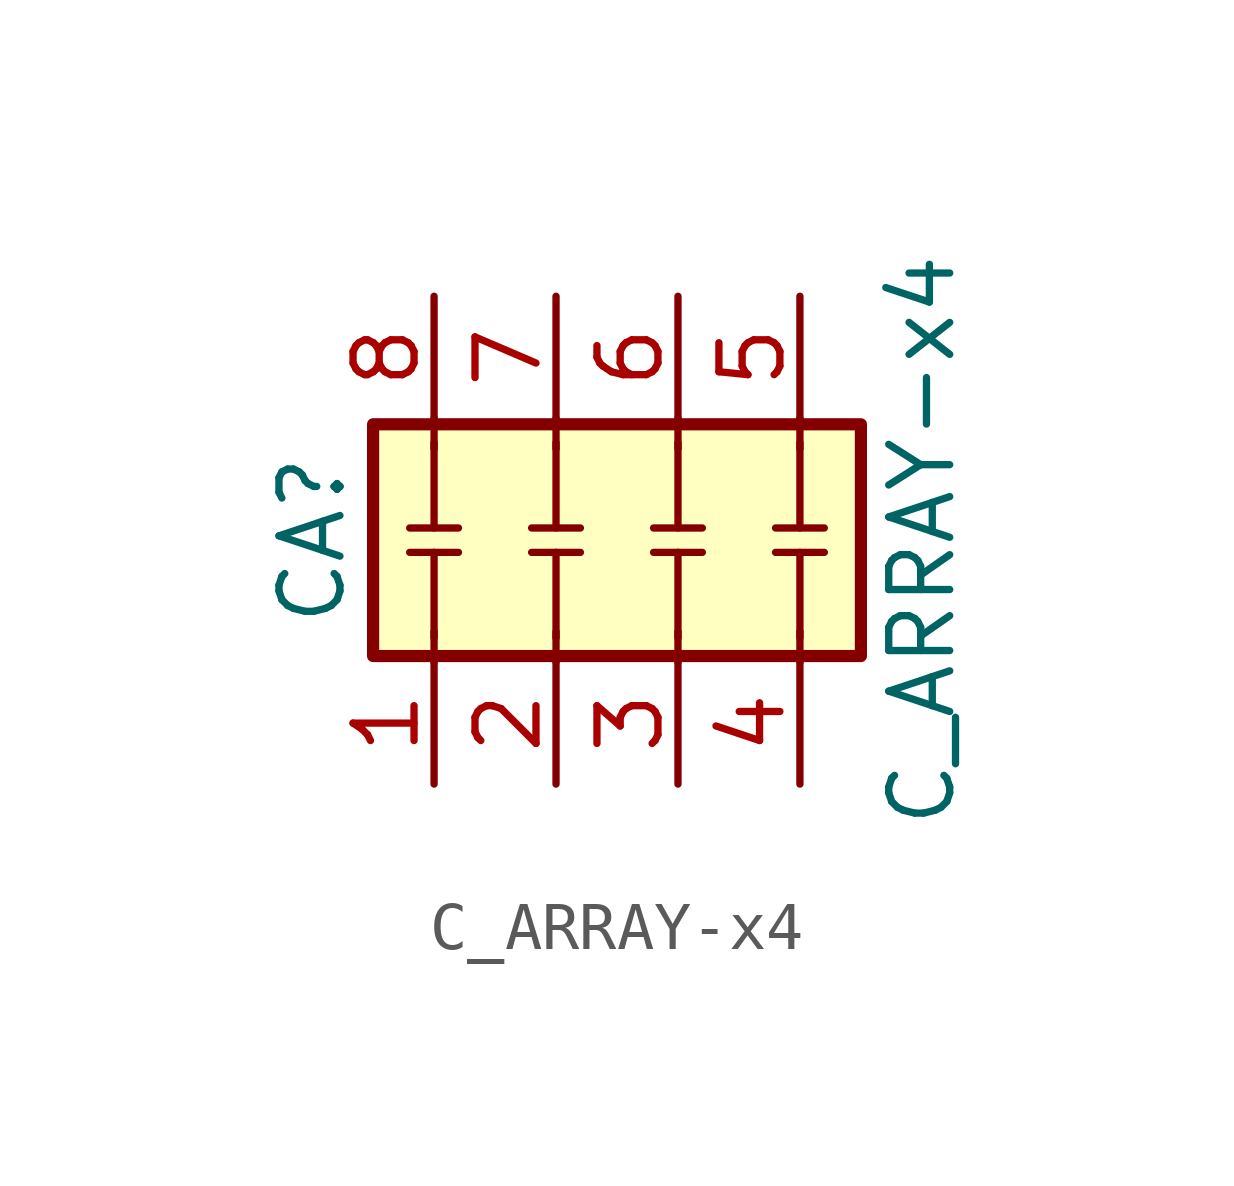
<source format=kicad_sym>
(kicad_symbol_lib
  (version 20220914)
  (generator kicad_symbol_editor)
  (symbol "C_ARRAY-x4"
    (pin_names
      (offset 0) hide)
    (property "Reference" "CA"
      (at -7.62 0 90)
      (effects (font (size 1.27 1.27))))
    (property "Value" "C_ARRAY-x4"
      (at 5.08 0 90)
      (effects (font (size 1.27 1.27))))
    (symbol "C_ARRAY-x4_0_1"
      (rectangle (start -6.35 -2.413) (end 3.81 2.413) (stroke (width 0.254) (type solid)) (fill (type background)))
      (polyline (pts (xy -5.588 0.254) (xy -4.572 0.254)) (stroke (width 0) (type solid)) (fill (type none)))
      (polyline (pts (xy -5.08 -2.54) (xy -5.08 -1.905)) (stroke (width 0) (type solid)) (fill (type none)))
      (polyline (pts (xy -5.08 -0.254) (xy -5.08 -2.032)) (stroke (width 0) (type solid)) (fill (type none)))
      (polyline (pts (xy -5.08 0.254) (xy -5.08 2.032)) (stroke (width 0) (type solid)) (fill (type none)))
      (polyline (pts (xy -5.08 1.905) (xy -5.08 2.54)) (stroke (width 0) (type solid)) (fill (type none)))
      (polyline (pts (xy -4.572 -0.254) (xy -5.588 -0.254)) (stroke (width 0) (type solid)) (fill (type none)))
      (polyline (pts (xy -3.048 0.254) (xy -2.032 0.254)) (stroke (width 0) (type solid)) (fill (type none)))
      (polyline (pts (xy -2.54 -2.54) (xy -2.54 -1.905)) (stroke (width 0) (type solid)) (fill (type none)))
      (polyline (pts (xy -2.54 -0.254) (xy -2.54 -2.032)) (stroke (width 0) (type solid)) (fill (type none)))
      (polyline (pts (xy -2.54 0.254) (xy -2.54 2.032)) (stroke (width 0) (type solid)) (fill (type none)))
      (polyline (pts (xy -2.54 1.905) (xy -2.54 2.54)) (stroke (width 0) (type solid)) (fill (type none)))
      (polyline (pts (xy -2.032 -0.254) (xy -3.048 -0.254)) (stroke (width 0) (type solid)) (fill (type none)))
      (polyline (pts (xy 0 -2.54) (xy 0 -1.905)) (stroke (width 0) (type solid)) (fill (type none)))
      (polyline (pts (xy 0 -0.254) (xy 0 -2.032)) (stroke (width 0) (type solid)) (fill (type none)))
      (polyline (pts (xy 0 0.254) (xy 0 2.032)) (stroke (width 0) (type solid)) (fill (type none)))
      (polyline (pts (xy 0 1.905) (xy 0 2.54)) (stroke (width 0) (type solid)) (fill (type none)))
      (polyline (pts (xy 0.508 -0.254) (xy -0.508 -0.254)) (stroke (width 0) (type solid)) (fill (type none)))
      (polyline (pts (xy 0.508 0.254) (xy -0.508 0.254)) (stroke (width 0) (type solid)) (fill (type none)))
      (polyline (pts (xy 2.032 -0.254) (xy 3.048 -0.254)) (stroke (width 0) (type solid)) (fill (type none)))
      (polyline (pts (xy 2.54 -2.54) (xy 2.54 -1.905)) (stroke (width 0) (type solid)) (fill (type none)))
      (polyline (pts (xy 2.54 -0.254) (xy 2.54 -2.032)) (stroke (width 0) (type solid)) (fill (type none)))
      (polyline (pts (xy 2.54 0.254) (xy 2.54 2.032)) (stroke (width 0) (type solid)) (fill (type none)))
      (polyline (pts (xy 2.54 1.905) (xy 2.54 2.54)) (stroke (width 0) (type solid)) (fill (type none)))
      (polyline (pts (xy 3.048 0.254) (xy 2.032 0.254)) (stroke (width 0) (type solid)) (fill (type none))))
    (symbol "C_ARRAY-x4_1_1"
      (pin passive line (at -5.08 -5.08 90) (length 2.54) (name "R1.1" (effects (font (size 1.27 1.27)))) (number "1" (effects (font (size 1.27 1.27)))))
      (pin passive line (at -2.54 -5.08 90) (length 2.54) (name "R2.1" (effects (font (size 1.27 1.27)))) (number "2" (effects (font (size 1.27 1.27)))))
      (pin passive line (at 0 -5.08 90) (length 2.54) (name "R3.1" (effects (font (size 1.27 1.27)))) (number "3" (effects (font (size 1.27 1.27)))))
      (pin passive line (at 2.54 -5.08 90) (length 2.54) (name "R4.1" (effects (font (size 1.27 1.27)))) (number "4" (effects (font (size 1.27 1.27)))))
      (pin passive line (at 2.54 5.08 270) (length 2.54) (name "R4.2" (effects (font (size 1.27 1.27)))) (number "5" (effects (font (size 1.27 1.27)))))
      (pin passive line (at 0 5.08 270) (length 2.54) (name "R3.2" (effects (font (size 1.27 1.27)))) (number "6" (effects (font (size 1.27 1.27)))))
      (pin passive line (at -2.54 5.08 270) (length 2.54) (name "R2.2" (effects (font (size 1.27 1.27)))) (number "7" (effects (font (size 1.27 1.27)))))
      (pin passive line (at -5.08 5.08 270) (length 2.54) (name "R1.2" (effects (font (size 1.27 1.27)))) (number "8" (effects (font (size 1.27 1.27))))))))
</source>
